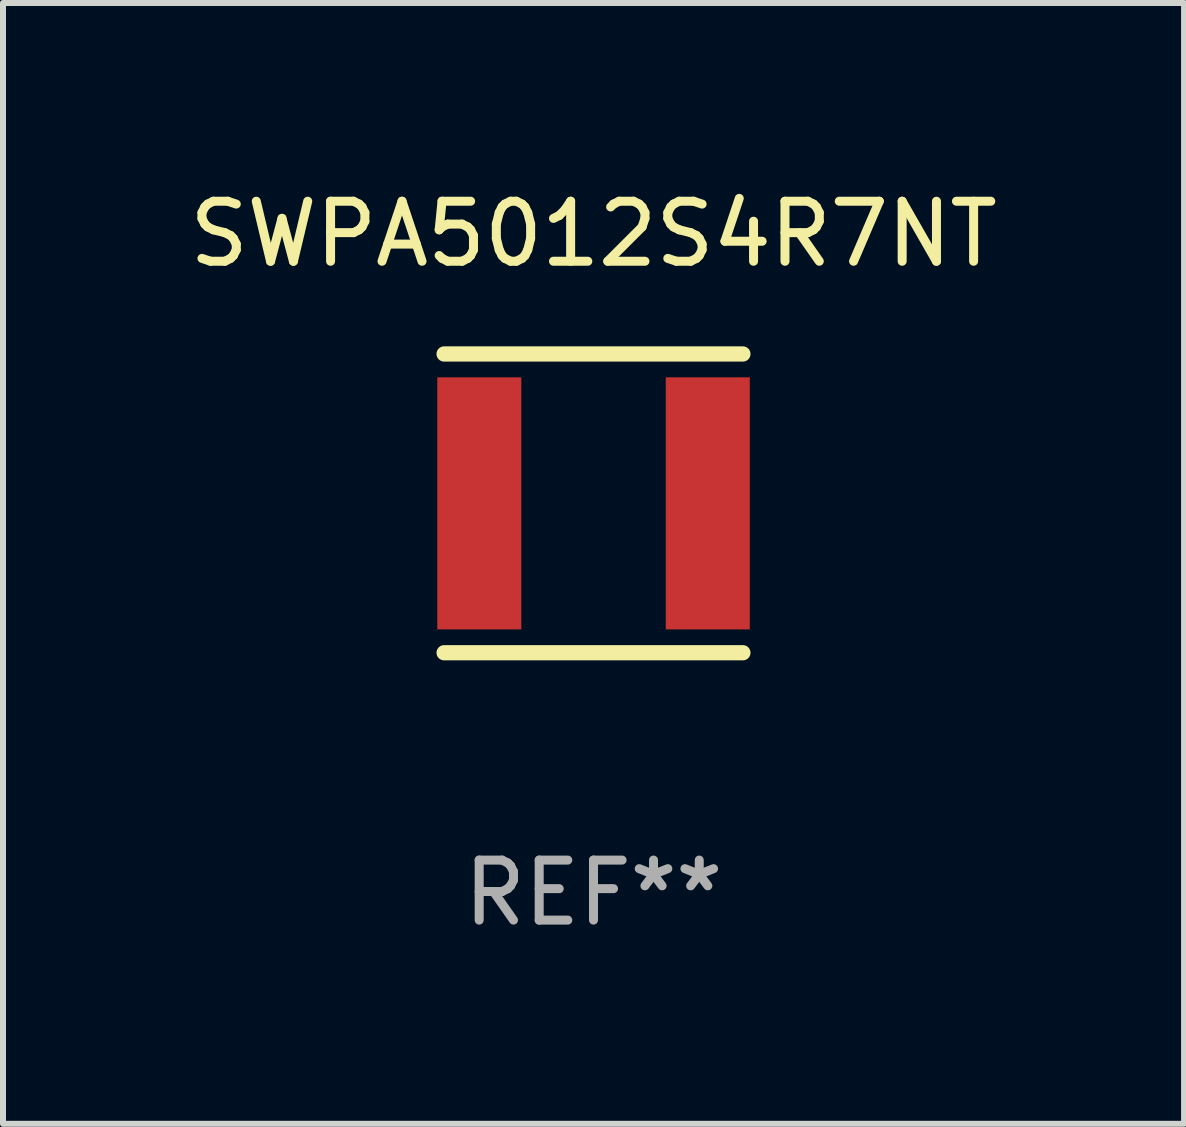
<source format=kicad_pcb>
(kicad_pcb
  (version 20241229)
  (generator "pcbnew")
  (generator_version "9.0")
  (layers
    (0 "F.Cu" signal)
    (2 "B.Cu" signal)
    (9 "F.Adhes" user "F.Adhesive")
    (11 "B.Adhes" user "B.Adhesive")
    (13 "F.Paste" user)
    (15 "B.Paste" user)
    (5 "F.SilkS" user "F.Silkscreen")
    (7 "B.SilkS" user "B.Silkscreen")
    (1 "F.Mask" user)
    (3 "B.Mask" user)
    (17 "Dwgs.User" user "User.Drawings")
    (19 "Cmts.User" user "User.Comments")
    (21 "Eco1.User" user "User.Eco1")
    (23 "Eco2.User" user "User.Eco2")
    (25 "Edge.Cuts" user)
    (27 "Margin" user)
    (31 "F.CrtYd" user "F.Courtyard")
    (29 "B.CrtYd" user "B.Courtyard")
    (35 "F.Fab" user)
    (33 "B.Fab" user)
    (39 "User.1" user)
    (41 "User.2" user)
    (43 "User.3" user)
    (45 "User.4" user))
  (footprint "SWPA5012S4R7NT"
    (layer "F.Cu")
    (at 6.839 5.337)
    (property "Reference" "SWPA5012S4R7NT" (at 0 -4.489 0) (layer "F.SilkS") (effects (font (size 1 1) (thickness 0.15))))
    (attr through_hole)
    (fp_line (start -2.489 -2.489) (end 2.489 -2.489) (stroke (width 0.254) (type solid)) (layer "F.SilkS"))
    (fp_line (start -2.489 2.489) (end 2.489 2.489) (stroke (width 0.254) (type solid)) (layer "F.SilkS"))
    (fp_circle (center -2.499 2.5) (end -2.469 2.5) (stroke (width 0.06) (type solid)) (fill no) (layer "F.SilkS"))
    (fp_text user "REF**" (at 0 6.489 0) (layer "F.Fab") (effects (font (size 1 1) (thickness 0.15))))
    (pad "1" smd rect (at -1.903 -0.000025 270) (size 4.2 1.4) (layers "F.Cu" "F.Mask" "F.Paste"))
    (pad "2" smd rect (at 1.904 -0.000025 270) (size 4.2 1.4) (layers "F.Cu" "F.Mask" "F.Paste")))
  (gr_rect
    (start -3 -3)
    (end 16.679 15.675)
    (stroke (width 0.1) (type default))
    (fill no)
    (layer "Edge.Cuts")))
</source>
